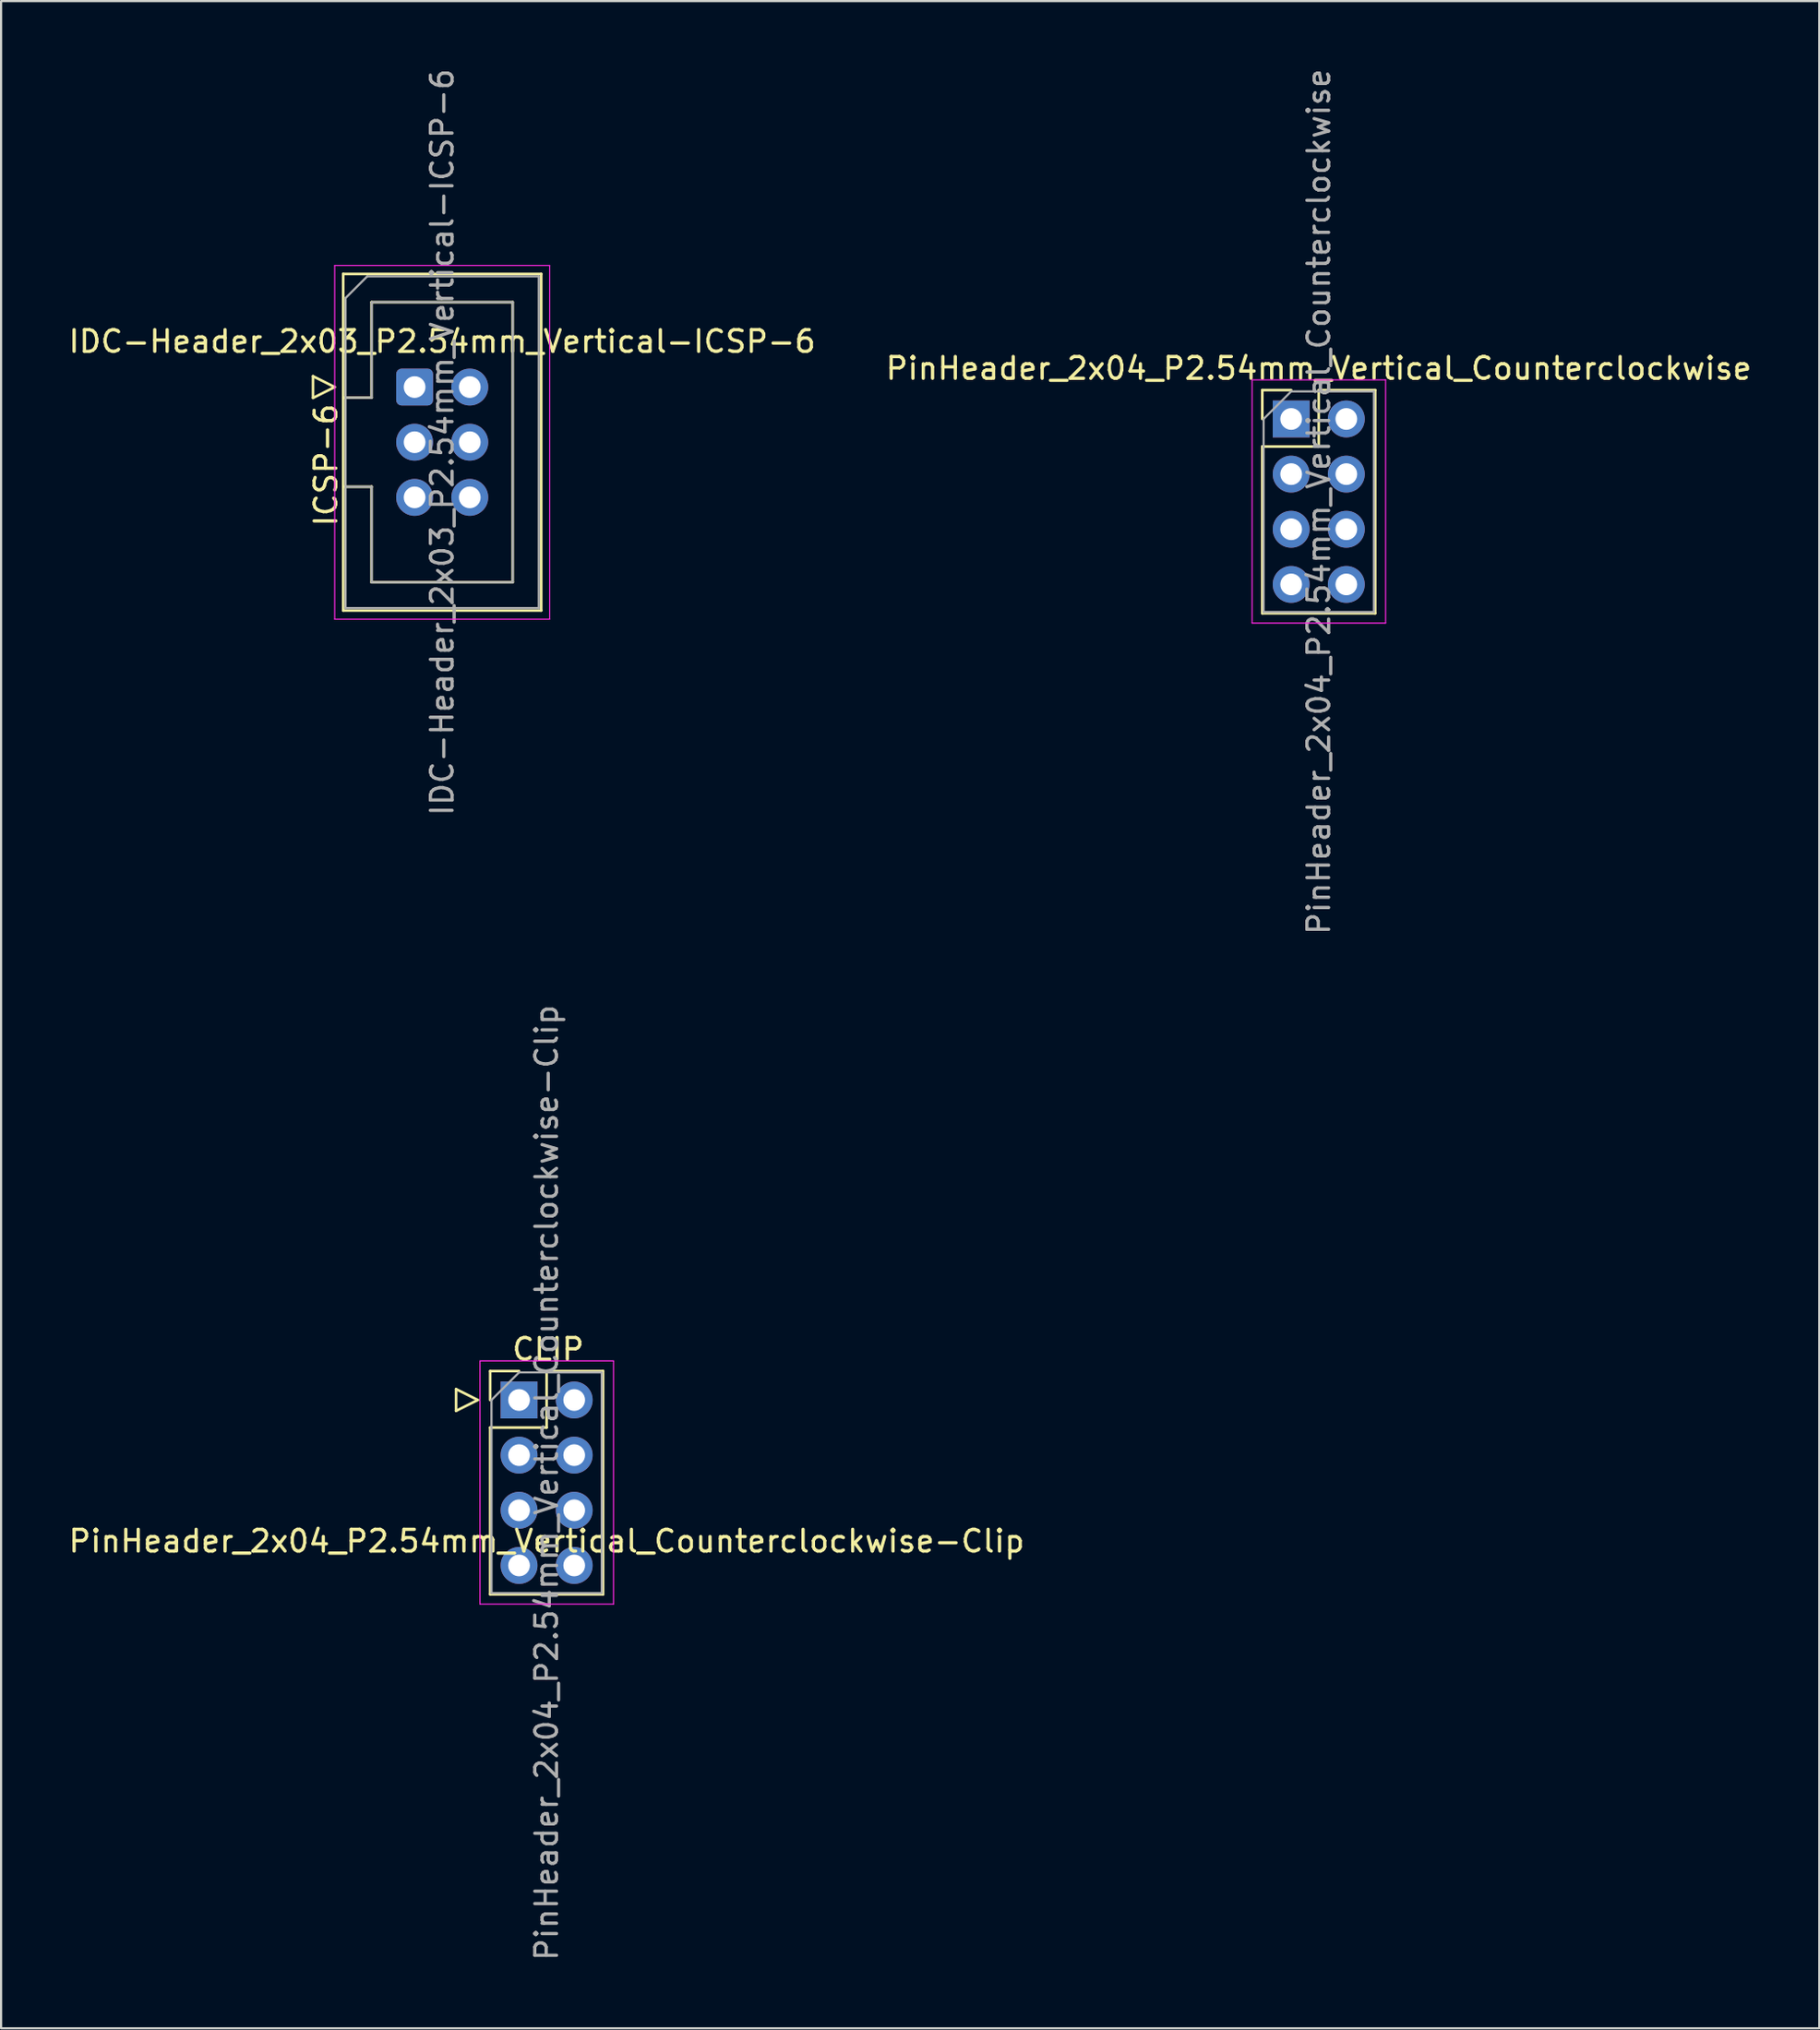
<source format=kicad_pcb>
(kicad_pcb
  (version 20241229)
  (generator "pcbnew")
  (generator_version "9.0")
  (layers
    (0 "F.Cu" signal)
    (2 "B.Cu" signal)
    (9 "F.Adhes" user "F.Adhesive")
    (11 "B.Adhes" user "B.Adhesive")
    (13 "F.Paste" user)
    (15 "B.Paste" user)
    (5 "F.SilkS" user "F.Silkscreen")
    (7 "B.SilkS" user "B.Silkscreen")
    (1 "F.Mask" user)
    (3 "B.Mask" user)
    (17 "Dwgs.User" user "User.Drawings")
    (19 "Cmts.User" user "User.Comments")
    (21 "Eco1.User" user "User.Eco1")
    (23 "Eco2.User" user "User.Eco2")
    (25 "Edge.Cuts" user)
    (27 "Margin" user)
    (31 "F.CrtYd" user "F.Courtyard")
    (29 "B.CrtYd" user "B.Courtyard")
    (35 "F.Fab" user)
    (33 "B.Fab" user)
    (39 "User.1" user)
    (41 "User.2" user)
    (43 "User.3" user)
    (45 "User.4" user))
  (footprint "PinHeader_2x04_P2.54mm_Vertical_Counterclockwise-Clip"
    (layer "F.Cu")
    (at 20.855 61.422)
    (property "Reference" "PinHeader_2x04_P2.54mm_Vertical_Counterclockwise-Clip" (at 1.27 6.5 0) (layer "F.SilkS") (effects (font (size 1 1) (thickness 0.15))))
    (attr through_hole)
    (fp_line (start -2.9 -0.5) (end -2.9 0.5) (stroke (width 0.12) (type solid)) (layer "F.SilkS"))
    (fp_line (start -2.9 0.5) (end -1.9 0) (stroke (width 0.12) (type solid)) (layer "F.SilkS"))
    (fp_line (start -1.9 0) (end -2.9 -0.5) (stroke (width 0.12) (type solid)) (layer "F.SilkS"))
    (fp_line (start -1.33 -1.33) (end 0 -1.33) (stroke (width 0.12) (type solid)) (layer "F.SilkS"))
    (fp_line (start -1.33 0) (end -1.33 -1.33) (stroke (width 0.12) (type solid)) (layer "F.SilkS"))
    (fp_line (start -1.33 1.27) (end -1.33 8.95) (stroke (width 0.12) (type solid)) (layer "F.SilkS"))
    (fp_line (start -1.33 1.27) (end 1.27 1.27) (stroke (width 0.12) (type solid)) (layer "F.SilkS"))
    (fp_line (start -1.33 8.95) (end 3.87 8.95) (stroke (width 0.12) (type solid)) (layer "F.SilkS"))
    (fp_line (start 1.27 -1.33) (end 3.87 -1.33) (stroke (width 0.12) (type solid)) (layer "F.SilkS"))
    (fp_line (start 1.27 1.27) (end 1.27 -1.33) (stroke (width 0.12) (type solid)) (layer "F.SilkS"))
    (fp_line (start 3.87 -1.33) (end 3.87 8.95) (stroke (width 0.12) (type solid)) (layer "F.SilkS"))
    (fp_line (start -1.8 -1.8) (end -1.8 9.4) (stroke (width 0.05) (type solid)) (layer "F.CrtYd"))
    (fp_line (start -1.8 9.4) (end 4.35 9.4) (stroke (width 0.05) (type solid)) (layer "F.CrtYd"))
    (fp_line (start 4.35 -1.8) (end -1.8 -1.8) (stroke (width 0.05) (type solid)) (layer "F.CrtYd"))
    (fp_line (start 4.35 9.4) (end 4.35 -1.8) (stroke (width 0.05) (type solid)) (layer "F.CrtYd"))
    (fp_line (start -1.27 0) (end 0 -1.27) (stroke (width 0.1) (type solid)) (layer "F.Fab"))
    (fp_line (start -1.27 8.89) (end -1.27 0) (stroke (width 0.1) (type solid)) (layer "F.Fab"))
    (fp_line (start 0 -1.27) (end 3.81 -1.27) (stroke (width 0.1) (type solid)) (layer "F.Fab"))
    (fp_line (start 3.81 -1.27) (end 3.81 8.89) (stroke (width 0.1) (type solid)) (layer "F.Fab"))
    (fp_line (start 3.81 8.89) (end -1.27 8.89) (stroke (width 0.1) (type solid)) (layer "F.Fab"))
    (fp_text user "CLIP" (at -0.4 -1.75 0) (unlocked yes) (layer "F.SilkS") (effects (font (size 1 1) (thickness 0.15)) (justify left bottom)))
    (fp_text user "${REFERENCE}" (at 1.27 3.81 90) (layer "F.Fab") (effects (font (size 1 1) (thickness 0.15))))
    (pad "1" thru_hole rect (at 0 0) (size 1.7 1.7) (drill 1) (layers "*.Cu" "*.Mask"))
    (pad "2" thru_hole oval (at 0 2.54) (size 1.7 1.7) (drill 1) (layers "*.Cu" "*.Mask"))
    (pad "3" thru_hole oval (at 0 5.08) (size 1.7 1.7) (drill 1) (layers "*.Cu" "*.Mask"))
    (pad "4" thru_hole oval (at 0 7.62) (size 1.7 1.7) (drill 1) (layers "*.Cu" "*.Mask"))
    (pad "5" thru_hole oval (at 2.54 7.62) (size 1.7 1.7) (drill 1) (layers "*.Cu" "*.Mask"))
    (pad "6" thru_hole oval (at 2.54 5.08) (size 1.7 1.7) (drill 1) (layers "*.Cu" "*.Mask"))
    (pad "7" thru_hole oval (at 2.54 2.54) (size 1.7 1.7) (drill 1) (layers "*.Cu" "*.Mask"))
    (pad "8" thru_hole oval (at 2.54 0) (size 1.7 1.7) (drill 1) (layers "*.Cu" "*.Mask")))
  (footprint "PinHeader_2x04_P2.54mm_Vertical_Counterclockwise"
    (layer "F.Cu")
    (at 56.415 16.244)
    (property "Reference" "PinHeader_2x04_P2.54mm_Vertical_Counterclockwise" (at 1.27 -2.33 0) (layer "F.SilkS") (effects (font (size 1 1) (thickness 0.15))))
    (attr through_hole)
    (fp_line (start -1.33 -1.33) (end 0 -1.33) (stroke (width 0.12) (type solid)) (layer "F.SilkS"))
    (fp_line (start -1.33 0) (end -1.33 -1.33) (stroke (width 0.12) (type solid)) (layer "F.SilkS"))
    (fp_line (start -1.33 1.27) (end -1.33 8.95) (stroke (width 0.12) (type solid)) (layer "F.SilkS"))
    (fp_line (start -1.33 1.27) (end 1.27 1.27) (stroke (width 0.12) (type solid)) (layer "F.SilkS"))
    (fp_line (start -1.33 8.95) (end 3.87 8.95) (stroke (width 0.12) (type solid)) (layer "F.SilkS"))
    (fp_line (start 1.27 -1.33) (end 3.87 -1.33) (stroke (width 0.12) (type solid)) (layer "F.SilkS"))
    (fp_line (start 1.27 1.27) (end 1.27 -1.33) (stroke (width 0.12) (type solid)) (layer "F.SilkS"))
    (fp_line (start 3.87 -1.33) (end 3.87 8.95) (stroke (width 0.12) (type solid)) (layer "F.SilkS"))
    (fp_line (start -1.8 -1.8) (end -1.8 9.4) (stroke (width 0.05) (type solid)) (layer "F.CrtYd"))
    (fp_line (start -1.8 9.4) (end 4.35 9.4) (stroke (width 0.05) (type solid)) (layer "F.CrtYd"))
    (fp_line (start 4.35 -1.8) (end -1.8 -1.8) (stroke (width 0.05) (type solid)) (layer "F.CrtYd"))
    (fp_line (start 4.35 9.4) (end 4.35 -1.8) (stroke (width 0.05) (type solid)) (layer "F.CrtYd"))
    (fp_line (start -1.27 0) (end 0 -1.27) (stroke (width 0.1) (type solid)) (layer "F.Fab"))
    (fp_line (start -1.27 8.89) (end -1.27 0) (stroke (width 0.1) (type solid)) (layer "F.Fab"))
    (fp_line (start 0 -1.27) (end 3.81 -1.27) (stroke (width 0.1) (type solid)) (layer "F.Fab"))
    (fp_line (start 3.81 -1.27) (end 3.81 8.89) (stroke (width 0.1) (type solid)) (layer "F.Fab"))
    (fp_line (start 3.81 8.89) (end -1.27 8.89) (stroke (width 0.1) (type solid)) (layer "F.Fab"))
    (fp_text user "${REFERENCE}" (at 1.27 3.81 90) (layer "F.Fab") (effects (font (size 1 1) (thickness 0.15))))
    (pad "1" thru_hole rect (at 0 0) (size 1.7 1.7) (drill 1) (layers "*.Cu" "*.Mask"))
    (pad "2" thru_hole oval (at 0 2.54) (size 1.7 1.7) (drill 1) (layers "*.Cu" "*.Mask"))
    (pad "3" thru_hole oval (at 0 5.08) (size 1.7 1.7) (drill 1) (layers "*.Cu" "*.Mask"))
    (pad "4" thru_hole oval (at 0 7.62) (size 1.7 1.7) (drill 1) (layers "*.Cu" "*.Mask"))
    (pad "5" thru_hole oval (at 2.54 7.62) (size 1.7 1.7) (drill 1) (layers "*.Cu" "*.Mask"))
    (pad "6" thru_hole oval (at 2.54 5.08) (size 1.7 1.7) (drill 1) (layers "*.Cu" "*.Mask"))
    (pad "7" thru_hole oval (at 2.54 2.54) (size 1.7 1.7) (drill 1) (layers "*.Cu" "*.Mask"))
    (pad "8" thru_hole oval (at 2.54 0) (size 1.7 1.7) (drill 1) (layers "*.Cu" "*.Mask")))
  (footprint "IDC-Header_2x03_P2.54mm_Vertical-ICSP-6"
    (layer "F.Cu")
    (at 16.045 14.775)
    (property "Reference" "IDC-Header_2x03_P2.54mm_Vertical-ICSP-6" (at 1.27 -2.1 0) (layer "F.SilkS") (effects (font (size 1 1) (thickness 0.15))))
    (attr through_hole)
    (fp_line (start -4.68 -0.5) (end -4.68 0.5) (stroke (width 0.12) (type solid)) (layer "F.SilkS"))
    (fp_line (start -4.68 0.5) (end -3.68 0) (stroke (width 0.12) (type solid)) (layer "F.SilkS"))
    (fp_line (start -3.68 0) (end -4.68 -0.5) (stroke (width 0.12) (type solid)) (layer "F.SilkS"))
    (fp_line (start -3.29 -5.21) (end 5.83 -5.21) (stroke (width 0.12) (type solid)) (layer "F.SilkS"))
    (fp_line (start -3.29 0.49) (end -1.98 0.49) (stroke (width 0.12) (type solid)) (layer "F.SilkS"))
    (fp_line (start -3.29 10.29) (end -3.29 -5.21) (stroke (width 0.12) (type solid)) (layer "F.SilkS"))
    (fp_line (start -1.98 -3.91) (end 4.52 -3.91) (stroke (width 0.12) (type solid)) (layer "F.SilkS"))
    (fp_line (start -1.98 0.49) (end -1.98 -3.91) (stroke (width 0.12) (type solid)) (layer "F.SilkS"))
    (fp_line (start -1.98 4.59) (end -3.29 4.59) (stroke (width 0.12) (type solid)) (layer "F.SilkS"))
    (fp_line (start -1.98 4.59) (end -1.98 4.59) (stroke (width 0.12) (type solid)) (layer "F.SilkS"))
    (fp_line (start -1.98 8.99) (end -1.98 4.59) (stroke (width 0.12) (type solid)) (layer "F.SilkS"))
    (fp_line (start 4.52 -3.91) (end 4.52 8.99) (stroke (width 0.12) (type solid)) (layer "F.SilkS"))
    (fp_line (start 4.52 8.99) (end -1.98 8.99) (stroke (width 0.12) (type solid)) (layer "F.SilkS"))
    (fp_line (start 5.83 -5.21) (end 5.83 10.29) (stroke (width 0.12) (type solid)) (layer "F.SilkS"))
    (fp_line (start 5.83 10.29) (end -3.29 10.29) (stroke (width 0.12) (type solid)) (layer "F.SilkS"))
    (fp_line (start -3.68 -5.6) (end -3.68 10.69) (stroke (width 0.05) (type solid)) (layer "F.CrtYd"))
    (fp_line (start -3.68 10.69) (end 6.22 10.69) (stroke (width 0.05) (type solid)) (layer "F.CrtYd"))
    (fp_line (start 6.22 -5.6) (end -3.68 -5.6) (stroke (width 0.05) (type solid)) (layer "F.CrtYd"))
    (fp_line (start 6.22 10.69) (end 6.22 -5.6) (stroke (width 0.05) (type solid)) (layer "F.CrtYd"))
    (fp_line (start -3.18 -4.1) (end -2.18 -5.1) (stroke (width 0.1) (type solid)) (layer "F.Fab"))
    (fp_line (start -3.18 0.49) (end -1.98 0.49) (stroke (width 0.1) (type solid)) (layer "F.Fab"))
    (fp_line (start -3.18 10.18) (end -3.18 -4.1) (stroke (width 0.1) (type solid)) (layer "F.Fab"))
    (fp_line (start -2.18 -5.1) (end 5.72 -5.1) (stroke (width 0.1) (type solid)) (layer "F.Fab"))
    (fp_line (start -1.98 -3.91) (end 4.52 -3.91) (stroke (width 0.1) (type solid)) (layer "F.Fab"))
    (fp_line (start -1.98 0.49) (end -1.98 -3.91) (stroke (width 0.1) (type solid)) (layer "F.Fab"))
    (fp_line (start -1.98 4.59) (end -3.18 4.59) (stroke (width 0.1) (type solid)) (layer "F.Fab"))
    (fp_line (start -1.98 4.59) (end -1.98 4.59) (stroke (width 0.1) (type solid)) (layer "F.Fab"))
    (fp_line (start -1.98 8.99) (end -1.98 4.59) (stroke (width 0.1) (type solid)) (layer "F.Fab"))
    (fp_line (start 4.52 -3.91) (end 4.52 8.99) (stroke (width 0.1) (type solid)) (layer "F.Fab"))
    (fp_line (start 4.52 8.99) (end -1.98 8.99) (stroke (width 0.1) (type solid)) (layer "F.Fab"))
    (fp_line (start 5.72 -5.1) (end 5.72 10.18) (stroke (width 0.1) (type solid)) (layer "F.Fab"))
    (fp_line (start 5.72 10.18) (end -3.18 10.18) (stroke (width 0.1) (type solid)) (layer "F.Fab"))
    (fp_text user "ICSP-6" (at -3.5 6.5 90) (unlocked yes) (layer "F.SilkS") (effects (font (size 1 1) (thickness 0.15)) (justify left bottom)))
    (fp_text user "${REFERENCE}" (at 1.27 2.54 90) (layer "F.Fab") (effects (font (size 1 1) (thickness 0.15))))
    (pad "1" thru_hole roundrect (at 0 0) (size 1.7 1.7) (drill 1) (layers "*.Cu" "*.Mask") (roundrect_rratio 0.147))
    (pad "2" thru_hole circle (at 2.54 0) (size 1.7 1.7) (drill 1) (layers "*.Cu" "*.Mask"))
    (pad "3" thru_hole circle (at 0 2.54) (size 1.7 1.7) (drill 1) (layers "*.Cu" "*.Mask"))
    (pad "4" thru_hole circle (at 2.54 2.54) (size 1.7 1.7) (drill 1) (layers "*.Cu" "*.Mask"))
    (pad "5" thru_hole circle (at 0 5.08) (size 1.7 1.7) (drill 1) (layers "*.Cu" "*.Mask"))
    (pad "6" thru_hole circle (at 2.54 5.08) (size 1.7 1.7) (drill 1) (layers "*.Cu" "*.Mask")))
  (gr_rect
    (start -3 -3)
    (end 80.738 90.357)
    (stroke (width 0.1) (type default))
    (fill no)
    (layer "Edge.Cuts")))
</source>
